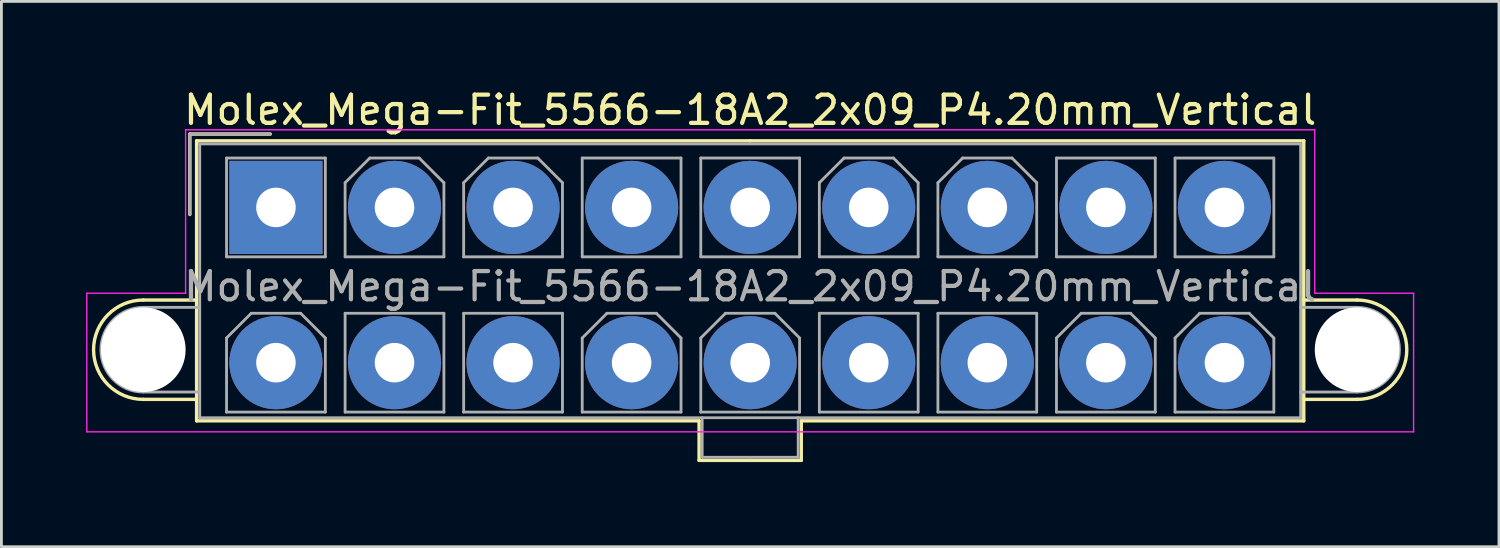
<source format=kicad_pcb>
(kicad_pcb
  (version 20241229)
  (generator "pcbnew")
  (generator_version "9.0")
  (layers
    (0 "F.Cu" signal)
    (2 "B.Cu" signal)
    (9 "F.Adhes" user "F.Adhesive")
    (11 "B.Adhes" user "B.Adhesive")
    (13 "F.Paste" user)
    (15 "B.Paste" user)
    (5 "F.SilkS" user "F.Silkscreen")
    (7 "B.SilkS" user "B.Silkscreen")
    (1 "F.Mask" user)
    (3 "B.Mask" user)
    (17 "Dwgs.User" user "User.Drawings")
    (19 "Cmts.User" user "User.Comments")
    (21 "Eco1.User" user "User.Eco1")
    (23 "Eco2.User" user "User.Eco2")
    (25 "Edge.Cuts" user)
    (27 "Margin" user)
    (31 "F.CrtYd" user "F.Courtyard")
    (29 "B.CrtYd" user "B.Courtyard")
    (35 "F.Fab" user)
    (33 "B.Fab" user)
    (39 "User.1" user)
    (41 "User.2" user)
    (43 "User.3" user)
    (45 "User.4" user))
  (footprint "Molex_Mega-Fit_5566-18A2_2x09_P4.20mm_Vertical"
    (layer "F.Cu")
    (at 6.725 4.298)
    (property "Reference" "Molex_Mega-Fit_5566-18A2_2x09_P4.20mm_Vertical" (at 16.8 -3.45 0) (layer "F.SilkS") (effects (font (size 1 1) (thickness 0.15))))
    (attr through_hole)
    (fp_line (start -4.7 3.28) (end -2.81 3.28) (stroke (width 0.12) (type solid)) (layer "F.SilkS"))
    (fp_line (start -4.7 6.8) (end -2.81 6.8) (stroke (width 0.12) (type solid)) (layer "F.SilkS"))
    (fp_line (start -3.05 -2.6) (end -3.05 0.25) (stroke (width 0.12) (type solid)) (layer "F.SilkS"))
    (fp_line (start -2.81 -2.36) (end -2.81 7.56) (stroke (width 0.12) (type solid)) (layer "F.SilkS"))
    (fp_line (start -2.81 7.56) (end 14.99 7.56) (stroke (width 0.12) (type solid)) (layer "F.SilkS"))
    (fp_line (start -0.2 -2.6) (end -3.05 -2.6) (stroke (width 0.12) (type solid)) (layer "F.SilkS"))
    (fp_line (start 14.99 7.56) (end 14.99 8.96) (stroke (width 0.12) (type solid)) (layer "F.SilkS"))
    (fp_line (start 14.99 8.96) (end 16.8 8.96) (stroke (width 0.12) (type solid)) (layer "F.SilkS"))
    (fp_line (start 16.8 -2.36) (end -2.81 -2.36) (stroke (width 0.12) (type solid)) (layer "F.SilkS"))
    (fp_line (start 16.8 -2.36) (end 36.41 -2.36) (stroke (width 0.12) (type solid)) (layer "F.SilkS"))
    (fp_line (start 18.61 7.56) (end 18.61 8.96) (stroke (width 0.12) (type solid)) (layer "F.SilkS"))
    (fp_line (start 18.61 8.96) (end 16.8 8.96) (stroke (width 0.12) (type solid)) (layer "F.SilkS"))
    (fp_line (start 36.41 -2.36) (end 36.41 7.56) (stroke (width 0.12) (type solid)) (layer "F.SilkS"))
    (fp_line (start 36.41 7.56) (end 18.61 7.56) (stroke (width 0.12) (type solid)) (layer "F.SilkS"))
    (fp_line (start 38.3 3.28) (end 36.41 3.28) (stroke (width 0.12) (type solid)) (layer "F.SilkS"))
    (fp_line (start 38.3 6.8) (end 36.41 6.8) (stroke (width 0.12) (type solid)) (layer "F.SilkS"))
    (fp_arc (start -4.7 6.8) (mid -6.46 5.04) (end -4.7 3.28) (stroke (width 0.12) (type solid)) (layer "F.SilkS"))
    (fp_arc (start 38.3 3.28) (mid 40.06 5.04) (end 38.3 6.8) (stroke (width 0.12) (type solid)) (layer "F.SilkS"))
    (fp_line (start -6.7 3.04) (end -6.7 7.95) (stroke (width 0.05) (type solid)) (layer "F.CrtYd"))
    (fp_line (start -6.7 7.95) (end 40.3 7.95) (stroke (width 0.05) (type solid)) (layer "F.CrtYd"))
    (fp_line (start -3.2 -2.75) (end -3.2 3.04) (stroke (width 0.05) (type solid)) (layer "F.CrtYd"))
    (fp_line (start -3.2 3.04) (end -6.7 3.04) (stroke (width 0.05) (type solid)) (layer "F.CrtYd"))
    (fp_line (start 36.8 -2.75) (end -3.2 -2.75) (stroke (width 0.05) (type solid)) (layer "F.CrtYd"))
    (fp_line (start 36.8 3.04) (end 36.8 -2.75) (stroke (width 0.05) (type solid)) (layer "F.CrtYd"))
    (fp_line (start 40.3 3.04) (end 36.8 3.04) (stroke (width 0.05) (type solid)) (layer "F.CrtYd"))
    (fp_line (start 40.3 7.95) (end 40.3 3.04) (stroke (width 0.05) (type solid)) (layer "F.CrtYd"))
    (fp_line (start -4.7 3.54) (end -2.7 3.54) (stroke (width 0.1) (type solid)) (layer "F.Fab"))
    (fp_line (start -4.7 6.54) (end -2.7 6.54) (stroke (width 0.1) (type solid)) (layer "F.Fab"))
    (fp_line (start -3.05 -2.6) (end -3.05 0.25) (stroke (width 0.1) (type solid)) (layer "F.Fab"))
    (fp_line (start -2.7 -2.25) (end -2.7 7.45) (stroke (width 0.1) (type solid)) (layer "F.Fab"))
    (fp_line (start -2.7 7.45) (end 36.3 7.45) (stroke (width 0.1) (type solid)) (layer "F.Fab"))
    (fp_line (start -1.75 -1.75) (end -1.75 1.75) (stroke (width 0.1) (type solid)) (layer "F.Fab"))
    (fp_line (start -1.75 1.75) (end 1.75 1.75) (stroke (width 0.1) (type solid)) (layer "F.Fab"))
    (fp_line (start -1.75 4.625) (end -0.875 3.75) (stroke (width 0.1) (type solid)) (layer "F.Fab"))
    (fp_line (start -1.75 7.25) (end -1.75 4.625) (stroke (width 0.1) (type solid)) (layer "F.Fab"))
    (fp_line (start -0.875 3.75) (end 0.875 3.75) (stroke (width 0.1) (type solid)) (layer "F.Fab"))
    (fp_line (start -0.2 -2.6) (end -3.05 -2.6) (stroke (width 0.1) (type solid)) (layer "F.Fab"))
    (fp_line (start 0.875 3.75) (end 1.75 4.625) (stroke (width 0.1) (type solid)) (layer "F.Fab"))
    (fp_line (start 1.75 -1.75) (end -1.75 -1.75) (stroke (width 0.1) (type solid)) (layer "F.Fab"))
    (fp_line (start 1.75 1.75) (end 1.75 -1.75) (stroke (width 0.1) (type solid)) (layer "F.Fab"))
    (fp_line (start 1.75 4.625) (end 1.75 7.25) (stroke (width 0.1) (type solid)) (layer "F.Fab"))
    (fp_line (start 1.75 7.25) (end -1.75 7.25) (stroke (width 0.1) (type solid)) (layer "F.Fab"))
    (fp_line (start 2.45 -0.875) (end 3.325 -1.75) (stroke (width 0.1) (type solid)) (layer "F.Fab"))
    (fp_line (start 2.45 1.75) (end 2.45 -0.875) (stroke (width 0.1) (type solid)) (layer "F.Fab"))
    (fp_line (start 2.45 3.75) (end 2.45 7.25) (stroke (width 0.1) (type solid)) (layer "F.Fab"))
    (fp_line (start 2.45 7.25) (end 5.95 7.25) (stroke (width 0.1) (type solid)) (layer "F.Fab"))
    (fp_line (start 3.325 -1.75) (end 5.075 -1.75) (stroke (width 0.1) (type solid)) (layer "F.Fab"))
    (fp_line (start 5.075 -1.75) (end 5.95 -0.875) (stroke (width 0.1) (type solid)) (layer "F.Fab"))
    (fp_line (start 5.95 -0.875) (end 5.95 1.75) (stroke (width 0.1) (type solid)) (layer "F.Fab"))
    (fp_line (start 5.95 1.75) (end 2.45 1.75) (stroke (width 0.1) (type solid)) (layer "F.Fab"))
    (fp_line (start 5.95 3.75) (end 2.45 3.75) (stroke (width 0.1) (type solid)) (layer "F.Fab"))
    (fp_line (start 5.95 7.25) (end 5.95 3.75) (stroke (width 0.1) (type solid)) (layer "F.Fab"))
    (fp_line (start 6.65 -0.875) (end 7.525 -1.75) (stroke (width 0.1) (type solid)) (layer "F.Fab"))
    (fp_line (start 6.65 1.75) (end 6.65 -0.875) (stroke (width 0.1) (type solid)) (layer "F.Fab"))
    (fp_line (start 6.65 3.75) (end 6.65 7.25) (stroke (width 0.1) (type solid)) (layer "F.Fab"))
    (fp_line (start 6.65 7.25) (end 10.15 7.25) (stroke (width 0.1) (type solid)) (layer "F.Fab"))
    (fp_line (start 7.525 -1.75) (end 9.275 -1.75) (stroke (width 0.1) (type solid)) (layer "F.Fab"))
    (fp_line (start 9.275 -1.75) (end 10.15 -0.875) (stroke (width 0.1) (type solid)) (layer "F.Fab"))
    (fp_line (start 10.15 -0.875) (end 10.15 1.75) (stroke (width 0.1) (type solid)) (layer "F.Fab"))
    (fp_line (start 10.15 1.75) (end 6.65 1.75) (stroke (width 0.1) (type solid)) (layer "F.Fab"))
    (fp_line (start 10.15 3.75) (end 6.65 3.75) (stroke (width 0.1) (type solid)) (layer "F.Fab"))
    (fp_line (start 10.15 7.25) (end 10.15 3.75) (stroke (width 0.1) (type solid)) (layer "F.Fab"))
    (fp_line (start 10.85 -1.75) (end 10.85 1.75) (stroke (width 0.1) (type solid)) (layer "F.Fab"))
    (fp_line (start 10.85 1.75) (end 14.35 1.75) (stroke (width 0.1) (type solid)) (layer "F.Fab"))
    (fp_line (start 10.85 4.625) (end 11.725 3.75) (stroke (width 0.1) (type solid)) (layer "F.Fab"))
    (fp_line (start 10.85 7.25) (end 10.85 4.625) (stroke (width 0.1) (type solid)) (layer "F.Fab"))
    (fp_line (start 11.725 3.75) (end 13.475 3.75) (stroke (width 0.1) (type solid)) (layer "F.Fab"))
    (fp_line (start 13.475 3.75) (end 14.35 4.625) (stroke (width 0.1) (type solid)) (layer "F.Fab"))
    (fp_line (start 14.35 -1.75) (end 10.85 -1.75) (stroke (width 0.1) (type solid)) (layer "F.Fab"))
    (fp_line (start 14.35 1.75) (end 14.35 -1.75) (stroke (width 0.1) (type solid)) (layer "F.Fab"))
    (fp_line (start 14.35 4.625) (end 14.35 7.25) (stroke (width 0.1) (type solid)) (layer "F.Fab"))
    (fp_line (start 14.35 7.25) (end 10.85 7.25) (stroke (width 0.1) (type solid)) (layer "F.Fab"))
    (fp_line (start 15.05 -1.75) (end 15.05 1.75) (stroke (width 0.1) (type solid)) (layer "F.Fab"))
    (fp_line (start 15.05 1.75) (end 18.55 1.75) (stroke (width 0.1) (type solid)) (layer "F.Fab"))
    (fp_line (start 15.05 4.625) (end 15.925 3.75) (stroke (width 0.1) (type solid)) (layer "F.Fab"))
    (fp_line (start 15.05 7.25) (end 15.05 4.625) (stroke (width 0.1) (type solid)) (layer "F.Fab"))
    (fp_line (start 15.1 7.45) (end 15.1 8.85) (stroke (width 0.1) (type solid)) (layer "F.Fab"))
    (fp_line (start 15.1 8.85) (end 18.5 8.85) (stroke (width 0.1) (type solid)) (layer "F.Fab"))
    (fp_line (start 15.925 3.75) (end 17.675 3.75) (stroke (width 0.1) (type solid)) (layer "F.Fab"))
    (fp_line (start 17.675 3.75) (end 18.55 4.625) (stroke (width 0.1) (type solid)) (layer "F.Fab"))
    (fp_line (start 18.5 8.85) (end 18.5 7.45) (stroke (width 0.1) (type solid)) (layer "F.Fab"))
    (fp_line (start 18.55 -1.75) (end 15.05 -1.75) (stroke (width 0.1) (type solid)) (layer "F.Fab"))
    (fp_line (start 18.55 1.75) (end 18.55 -1.75) (stroke (width 0.1) (type solid)) (layer "F.Fab"))
    (fp_line (start 18.55 4.625) (end 18.55 7.25) (stroke (width 0.1) (type solid)) (layer "F.Fab"))
    (fp_line (start 18.55 7.25) (end 15.05 7.25) (stroke (width 0.1) (type solid)) (layer "F.Fab"))
    (fp_line (start 19.25 -0.875) (end 20.125 -1.75) (stroke (width 0.1) (type solid)) (layer "F.Fab"))
    (fp_line (start 19.25 1.75) (end 19.25 -0.875) (stroke (width 0.1) (type solid)) (layer "F.Fab"))
    (fp_line (start 19.25 3.75) (end 19.25 7.25) (stroke (width 0.1) (type solid)) (layer "F.Fab"))
    (fp_line (start 19.25 7.25) (end 22.75 7.25) (stroke (width 0.1) (type solid)) (layer "F.Fab"))
    (fp_line (start 20.125 -1.75) (end 21.875 -1.75) (stroke (width 0.1) (type solid)) (layer "F.Fab"))
    (fp_line (start 21.875 -1.75) (end 22.75 -0.875) (stroke (width 0.1) (type solid)) (layer "F.Fab"))
    (fp_line (start 22.75 -0.875) (end 22.75 1.75) (stroke (width 0.1) (type solid)) (layer "F.Fab"))
    (fp_line (start 22.75 1.75) (end 19.25 1.75) (stroke (width 0.1) (type solid)) (layer "F.Fab"))
    (fp_line (start 22.75 3.75) (end 19.25 3.75) (stroke (width 0.1) (type solid)) (layer "F.Fab"))
    (fp_line (start 22.75 7.25) (end 22.75 3.75) (stroke (width 0.1) (type solid)) (layer "F.Fab"))
    (fp_line (start 23.45 -0.875) (end 24.325 -1.75) (stroke (width 0.1) (type solid)) (layer "F.Fab"))
    (fp_line (start 23.45 1.75) (end 23.45 -0.875) (stroke (width 0.1) (type solid)) (layer "F.Fab"))
    (fp_line (start 23.45 3.75) (end 23.45 7.25) (stroke (width 0.1) (type solid)) (layer "F.Fab"))
    (fp_line (start 23.45 7.25) (end 26.95 7.25) (stroke (width 0.1) (type solid)) (layer "F.Fab"))
    (fp_line (start 24.325 -1.75) (end 26.075 -1.75) (stroke (width 0.1) (type solid)) (layer "F.Fab"))
    (fp_line (start 26.075 -1.75) (end 26.95 -0.875) (stroke (width 0.1) (type solid)) (layer "F.Fab"))
    (fp_line (start 26.95 -0.875) (end 26.95 1.75) (stroke (width 0.1) (type solid)) (layer "F.Fab"))
    (fp_line (start 26.95 1.75) (end 23.45 1.75) (stroke (width 0.1) (type solid)) (layer "F.Fab"))
    (fp_line (start 26.95 3.75) (end 23.45 3.75) (stroke (width 0.1) (type solid)) (layer "F.Fab"))
    (fp_line (start 26.95 7.25) (end 26.95 3.75) (stroke (width 0.1) (type solid)) (layer "F.Fab"))
    (fp_line (start 27.65 -1.75) (end 27.65 1.75) (stroke (width 0.1) (type solid)) (layer "F.Fab"))
    (fp_line (start 27.65 1.75) (end 31.15 1.75) (stroke (width 0.1) (type solid)) (layer "F.Fab"))
    (fp_line (start 27.65 4.625) (end 28.525 3.75) (stroke (width 0.1) (type solid)) (layer "F.Fab"))
    (fp_line (start 27.65 7.25) (end 27.65 4.625) (stroke (width 0.1) (type solid)) (layer "F.Fab"))
    (fp_line (start 28.525 3.75) (end 30.275 3.75) (stroke (width 0.1) (type solid)) (layer "F.Fab"))
    (fp_line (start 30.275 3.75) (end 31.15 4.625) (stroke (width 0.1) (type solid)) (layer "F.Fab"))
    (fp_line (start 31.15 -1.75) (end 27.65 -1.75) (stroke (width 0.1) (type solid)) (layer "F.Fab"))
    (fp_line (start 31.15 1.75) (end 31.15 -1.75) (stroke (width 0.1) (type solid)) (layer "F.Fab"))
    (fp_line (start 31.15 4.625) (end 31.15 7.25) (stroke (width 0.1) (type solid)) (layer "F.Fab"))
    (fp_line (start 31.15 7.25) (end 27.65 7.25) (stroke (width 0.1) (type solid)) (layer "F.Fab"))
    (fp_line (start 31.85 -1.75) (end 31.85 1.75) (stroke (width 0.1) (type solid)) (layer "F.Fab"))
    (fp_line (start 31.85 1.75) (end 35.35 1.75) (stroke (width 0.1) (type solid)) (layer "F.Fab"))
    (fp_line (start 31.85 4.625) (end 32.725 3.75) (stroke (width 0.1) (type solid)) (layer "F.Fab"))
    (fp_line (start 31.85 7.25) (end 31.85 4.625) (stroke (width 0.1) (type solid)) (layer "F.Fab"))
    (fp_line (start 32.725 3.75) (end 34.475 3.75) (stroke (width 0.1) (type solid)) (layer "F.Fab"))
    (fp_line (start 34.475 3.75) (end 35.35 4.625) (stroke (width 0.1) (type solid)) (layer "F.Fab"))
    (fp_line (start 35.35 -1.75) (end 31.85 -1.75) (stroke (width 0.1) (type solid)) (layer "F.Fab"))
    (fp_line (start 35.35 1.75) (end 35.35 -1.75) (stroke (width 0.1) (type solid)) (layer "F.Fab"))
    (fp_line (start 35.35 4.625) (end 35.35 7.25) (stroke (width 0.1) (type solid)) (layer "F.Fab"))
    (fp_line (start 35.35 7.25) (end 31.85 7.25) (stroke (width 0.1) (type solid)) (layer "F.Fab"))
    (fp_line (start 36.3 -2.25) (end -2.7 -2.25) (stroke (width 0.1) (type solid)) (layer "F.Fab"))
    (fp_line (start 36.3 7.45) (end 36.3 -2.25) (stroke (width 0.1) (type solid)) (layer "F.Fab"))
    (fp_line (start 38.3 3.54) (end 36.3 3.54) (stroke (width 0.1) (type solid)) (layer "F.Fab"))
    (fp_line (start 38.3 6.54) (end 36.3 6.54) (stroke (width 0.1) (type solid)) (layer "F.Fab"))
    (fp_arc (start -4.7 6.54) (mid -6.2 5.04) (end -4.7 3.54) (stroke (width 0.1) (type solid)) (layer "F.Fab"))
    (fp_arc (start 38.3 3.54) (mid 39.8 5.04) (end 38.3 6.54) (stroke (width 0.1) (type solid)) (layer "F.Fab"))
    (fp_text user "${REFERENCE}" (at 16.8 2.8 0) (layer "F.Fab") (effects (font (size 1 1) (thickness 0.15))))
    (pad "" np_thru_hole circle (at -4.7 5.04) (size 3 3) (drill 3) (layers "*.Cu" "*.Mask"))
    (pad "" np_thru_hole circle (at 38.3 5.04) (size 3 3) (drill 3) (layers "*.Cu" "*.Mask"))
    (pad "1" thru_hole rect (at 0 0) (size 3.3 3.3) (drill 1.4) (layers "*.Cu" "*.Mask"))
    (pad "2" thru_hole circle (at 4.2 0) (size 3.3 3.3) (drill 1.4) (layers "*.Cu" "*.Mask"))
    (pad "3" thru_hole circle (at 8.4 0) (size 3.3 3.3) (drill 1.4) (layers "*.Cu" "*.Mask"))
    (pad "4" thru_hole circle (at 12.6 0) (size 3.3 3.3) (drill 1.4) (layers "*.Cu" "*.Mask"))
    (pad "5" thru_hole circle (at 16.8 0) (size 3.3 3.3) (drill 1.4) (layers "*.Cu" "*.Mask"))
    (pad "6" thru_hole circle (at 21 0) (size 3.3 3.3) (drill 1.4) (layers "*.Cu" "*.Mask"))
    (pad "7" thru_hole circle (at 25.2 0) (size 3.3 3.3) (drill 1.4) (layers "*.Cu" "*.Mask"))
    (pad "8" thru_hole circle (at 29.4 0) (size 3.3 3.3) (drill 1.4) (layers "*.Cu" "*.Mask"))
    (pad "9" thru_hole circle (at 33.6 0) (size 3.3 3.3) (drill 1.4) (layers "*.Cu" "*.Mask"))
    (pad "10" thru_hole circle (at 0 5.5) (size 3.3 3.3) (drill 1.4) (layers "*.Cu" "*.Mask"))
    (pad "11" thru_hole circle (at 4.2 5.5) (size 3.3 3.3) (drill 1.4) (layers "*.Cu" "*.Mask"))
    (pad "12" thru_hole circle (at 8.4 5.5) (size 3.3 3.3) (drill 1.4) (layers "*.Cu" "*.Mask"))
    (pad "13" thru_hole circle (at 12.6 5.5) (size 3.3 3.3) (drill 1.4) (layers "*.Cu" "*.Mask"))
    (pad "14" thru_hole circle (at 16.8 5.5) (size 3.3 3.3) (drill 1.4) (layers "*.Cu" "*.Mask"))
    (pad "15" thru_hole circle (at 21 5.5) (size 3.3 3.3) (drill 1.4) (layers "*.Cu" "*.Mask"))
    (pad "16" thru_hole circle (at 25.2 5.5) (size 3.3 3.3) (drill 1.4) (layers "*.Cu" "*.Mask"))
    (pad "17" thru_hole circle (at 29.4 5.5) (size 3.3 3.3) (drill 1.4) (layers "*.Cu" "*.Mask"))
    (pad "18" thru_hole circle (at 33.6 5.5) (size 3.3 3.3) (drill 1.4) (layers "*.Cu" "*.Mask")))
  (gr_rect
    (start -3 -3)
    (end 50.05 16.318)
    (stroke (width 0.1) (type default))
    (fill no)
    (layer "Edge.Cuts")))
</source>
